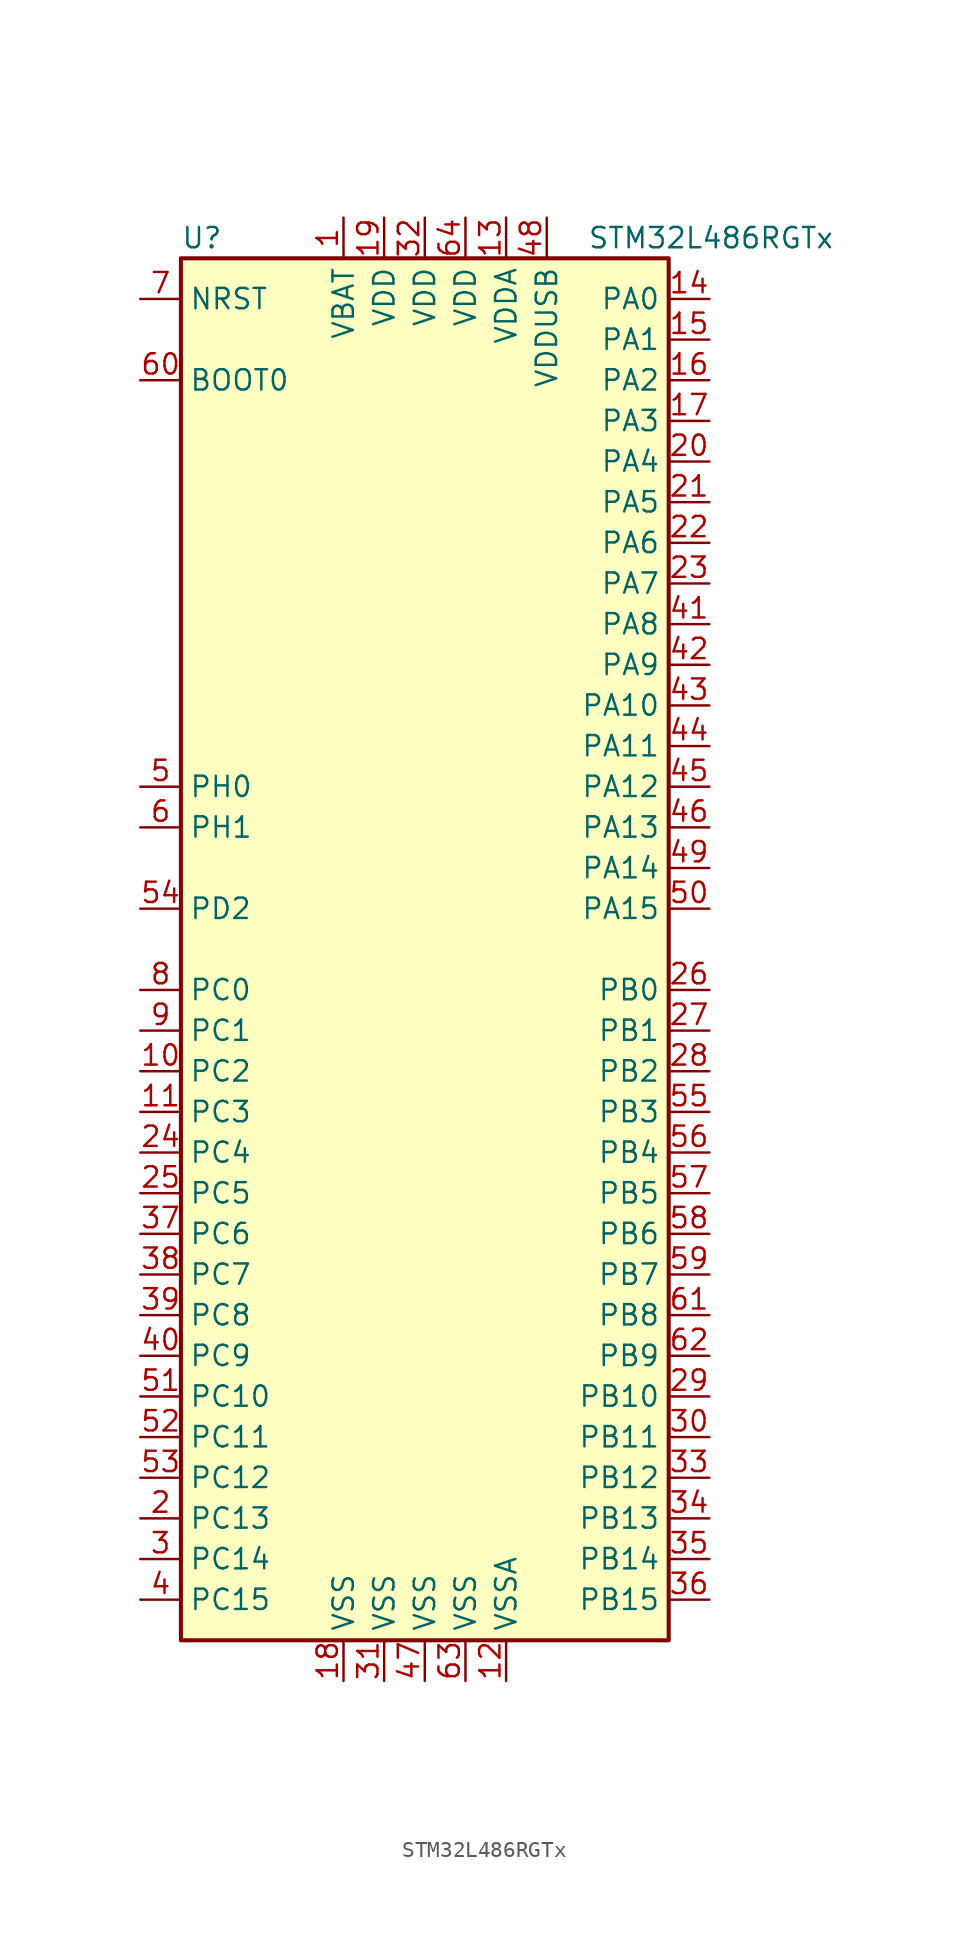
<source format=kicad_sym>
(kicad_symbol_lib
  (version 20201005)
  (generator kicad_symbol_editor)
  (symbol "STM32L486RGTx"
    (property "Reference" "U"
      (at -15.24 44.45 0)
      (effects (font (size 1.27 1.27)) (justify left)))
    (property "Value" "STM32L486RGTx"
      (at 10.16 44.45 0)
      (effects (font (size 1.27 1.27)) (justify left)))
    (symbol "STM32L486RGTx_0_1"
      (rectangle (start -15.24 -43.18) (end 15.24 43.18) (stroke (width 0.254)) (fill (type background))))
    (symbol "STM32L486RGTx_1_1"
      (pin power_in line (at -5.08 45.72 270) (length 2.54) (name "VBAT" (effects (font (size 1.27 1.27)))) (number "1" (effects (font (size 1.27 1.27)))))
      (pin bidirectional line (at -17.78 -7.62 0) (length 2.54) (name "PC2" (effects (font (size 1.27 1.27)))) (number "10" (effects (font (size 1.27 1.27)))))
      (pin bidirectional line (at -17.78 -10.16 0) (length 2.54) (name "PC3" (effects (font (size 1.27 1.27)))) (number "11" (effects (font (size 1.27 1.27)))))
      (pin power_in line (at 5.08 -45.72 90) (length 2.54) (name "VSSA" (effects (font (size 1.27 1.27)))) (number "12" (effects (font (size 1.27 1.27)))))
      (pin power_in line (at 5.08 45.72 270) (length 2.54) (name "VDDA" (effects (font (size 1.27 1.27)))) (number "13" (effects (font (size 1.27 1.27)))))
      (pin bidirectional line (at 17.78 40.64 180) (length 2.54) (name "PA0" (effects (font (size 1.27 1.27)))) (number "14" (effects (font (size 1.27 1.27)))))
      (pin bidirectional line (at 17.78 38.1 180) (length 2.54) (name "PA1" (effects (font (size 1.27 1.27)))) (number "15" (effects (font (size 1.27 1.27)))))
      (pin bidirectional line (at 17.78 35.56 180) (length 2.54) (name "PA2" (effects (font (size 1.27 1.27)))) (number "16" (effects (font (size 1.27 1.27)))))
      (pin bidirectional line (at 17.78 33.02 180) (length 2.54) (name "PA3" (effects (font (size 1.27 1.27)))) (number "17" (effects (font (size 1.27 1.27)))))
      (pin power_in line (at -5.08 -45.72 90) (length 2.54) (name "VSS" (effects (font (size 1.27 1.27)))) (number "18" (effects (font (size 1.27 1.27)))))
      (pin power_in line (at -2.54 45.72 270) (length 2.54) (name "VDD" (effects (font (size 1.27 1.27)))) (number "19" (effects (font (size 1.27 1.27)))))
      (pin bidirectional line (at -17.78 -35.56 0) (length 2.54) (name "PC13" (effects (font (size 1.27 1.27)))) (number "2" (effects (font (size 1.27 1.27)))))
      (pin bidirectional line (at 17.78 30.48 180) (length 2.54) (name "PA4" (effects (font (size 1.27 1.27)))) (number "20" (effects (font (size 1.27 1.27)))))
      (pin bidirectional line (at 17.78 27.94 180) (length 2.54) (name "PA5" (effects (font (size 1.27 1.27)))) (number "21" (effects (font (size 1.27 1.27)))))
      (pin bidirectional line (at 17.78 25.4 180) (length 2.54) (name "PA6" (effects (font (size 1.27 1.27)))) (number "22" (effects (font (size 1.27 1.27)))))
      (pin bidirectional line (at 17.78 22.86 180) (length 2.54) (name "PA7" (effects (font (size 1.27 1.27)))) (number "23" (effects (font (size 1.27 1.27)))))
      (pin bidirectional line (at -17.78 -12.7 0) (length 2.54) (name "PC4" (effects (font (size 1.27 1.27)))) (number "24" (effects (font (size 1.27 1.27)))))
      (pin bidirectional line (at -17.78 -15.24 0) (length 2.54) (name "PC5" (effects (font (size 1.27 1.27)))) (number "25" (effects (font (size 1.27 1.27)))))
      (pin bidirectional line (at 17.78 -2.54 180) (length 2.54) (name "PB0" (effects (font (size 1.27 1.27)))) (number "26" (effects (font (size 1.27 1.27)))))
      (pin bidirectional line (at 17.78 -5.08 180) (length 2.54) (name "PB1" (effects (font (size 1.27 1.27)))) (number "27" (effects (font (size 1.27 1.27)))))
      (pin bidirectional line (at 17.78 -7.62 180) (length 2.54) (name "PB2" (effects (font (size 1.27 1.27)))) (number "28" (effects (font (size 1.27 1.27)))))
      (pin bidirectional line (at 17.78 -27.94 180) (length 2.54) (name "PB10" (effects (font (size 1.27 1.27)))) (number "29" (effects (font (size 1.27 1.27)))))
      (pin bidirectional line (at -17.78 -38.1 0) (length 2.54) (name "PC14" (effects (font (size 1.27 1.27)))) (number "3" (effects (font (size 1.27 1.27)))))
      (pin bidirectional line (at 17.78 -30.48 180) (length 2.54) (name "PB11" (effects (font (size 1.27 1.27)))) (number "30" (effects (font (size 1.27 1.27)))))
      (pin power_in line (at -2.54 -45.72 90) (length 2.54) (name "VSS" (effects (font (size 1.27 1.27)))) (number "31" (effects (font (size 1.27 1.27)))))
      (pin power_in line (at 0 45.72 270) (length 2.54) (name "VDD" (effects (font (size 1.27 1.27)))) (number "32" (effects (font (size 1.27 1.27)))))
      (pin bidirectional line (at 17.78 -33.02 180) (length 2.54) (name "PB12" (effects (font (size 1.27 1.27)))) (number "33" (effects (font (size 1.27 1.27)))))
      (pin bidirectional line (at 17.78 -35.56 180) (length 2.54) (name "PB13" (effects (font (size 1.27 1.27)))) (number "34" (effects (font (size 1.27 1.27)))))
      (pin bidirectional line (at 17.78 -38.1 180) (length 2.54) (name "PB14" (effects (font (size 1.27 1.27)))) (number "35" (effects (font (size 1.27 1.27)))))
      (pin bidirectional line (at 17.78 -40.64 180) (length 2.54) (name "PB15" (effects (font (size 1.27 1.27)))) (number "36" (effects (font (size 1.27 1.27)))))
      (pin bidirectional line (at -17.78 -17.78 0) (length 2.54) (name "PC6" (effects (font (size 1.27 1.27)))) (number "37" (effects (font (size 1.27 1.27)))))
      (pin bidirectional line (at -17.78 -20.32 0) (length 2.54) (name "PC7" (effects (font (size 1.27 1.27)))) (number "38" (effects (font (size 1.27 1.27)))))
      (pin bidirectional line (at -17.78 -22.86 0) (length 2.54) (name "PC8" (effects (font (size 1.27 1.27)))) (number "39" (effects (font (size 1.27 1.27)))))
      (pin bidirectional line (at -17.78 -40.64 0) (length 2.54) (name "PC15" (effects (font (size 1.27 1.27)))) (number "4" (effects (font (size 1.27 1.27)))))
      (pin bidirectional line (at -17.78 -25.4 0) (length 2.54) (name "PC9" (effects (font (size 1.27 1.27)))) (number "40" (effects (font (size 1.27 1.27)))))
      (pin bidirectional line (at 17.78 20.32 180) (length 2.54) (name "PA8" (effects (font (size 1.27 1.27)))) (number "41" (effects (font (size 1.27 1.27)))))
      (pin bidirectional line (at 17.78 17.78 180) (length 2.54) (name "PA9" (effects (font (size 1.27 1.27)))) (number "42" (effects (font (size 1.27 1.27)))))
      (pin bidirectional line (at 17.78 15.24 180) (length 2.54) (name "PA10" (effects (font (size 1.27 1.27)))) (number "43" (effects (font (size 1.27 1.27)))))
      (pin bidirectional line (at 17.78 12.7 180) (length 2.54) (name "PA11" (effects (font (size 1.27 1.27)))) (number "44" (effects (font (size 1.27 1.27)))))
      (pin bidirectional line (at 17.78 10.16 180) (length 2.54) (name "PA12" (effects (font (size 1.27 1.27)))) (number "45" (effects (font (size 1.27 1.27)))))
      (pin bidirectional line (at 17.78 7.62 180) (length 2.54) (name "PA13" (effects (font (size 1.27 1.27)))) (number "46" (effects (font (size 1.27 1.27)))))
      (pin power_in line (at 0 -45.72 90) (length 2.54) (name "VSS" (effects (font (size 1.27 1.27)))) (number "47" (effects (font (size 1.27 1.27)))))
      (pin power_in line (at 7.62 45.72 270) (length 2.54) (name "VDDUSB" (effects (font (size 1.27 1.27)))) (number "48" (effects (font (size 1.27 1.27)))))
      (pin bidirectional line (at 17.78 5.08 180) (length 2.54) (name "PA14" (effects (font (size 1.27 1.27)))) (number "49" (effects (font (size 1.27 1.27)))))
      (pin input line (at -17.78 10.16 0) (length 2.54) (name "PH0" (effects (font (size 1.27 1.27)))) (number "5" (effects (font (size 1.27 1.27)))))
      (pin bidirectional line (at 17.78 2.54 180) (length 2.54) (name "PA15" (effects (font (size 1.27 1.27)))) (number "50" (effects (font (size 1.27 1.27)))))
      (pin bidirectional line (at -17.78 -27.94 0) (length 2.54) (name "PC10" (effects (font (size 1.27 1.27)))) (number "51" (effects (font (size 1.27 1.27)))))
      (pin bidirectional line (at -17.78 -30.48 0) (length 2.54) (name "PC11" (effects (font (size 1.27 1.27)))) (number "52" (effects (font (size 1.27 1.27)))))
      (pin bidirectional line (at -17.78 -33.02 0) (length 2.54) (name "PC12" (effects (font (size 1.27 1.27)))) (number "53" (effects (font (size 1.27 1.27)))))
      (pin bidirectional line (at -17.78 2.54 0) (length 2.54) (name "PD2" (effects (font (size 1.27 1.27)))) (number "54" (effects (font (size 1.27 1.27)))))
      (pin bidirectional line (at 17.78 -10.16 180) (length 2.54) (name "PB3" (effects (font (size 1.27 1.27)))) (number "55" (effects (font (size 1.27 1.27)))))
      (pin bidirectional line (at 17.78 -12.7 180) (length 2.54) (name "PB4" (effects (font (size 1.27 1.27)))) (number "56" (effects (font (size 1.27 1.27)))))
      (pin bidirectional line (at 17.78 -15.24 180) (length 2.54) (name "PB5" (effects (font (size 1.27 1.27)))) (number "57" (effects (font (size 1.27 1.27)))))
      (pin bidirectional line (at 17.78 -17.78 180) (length 2.54) (name "PB6" (effects (font (size 1.27 1.27)))) (number "58" (effects (font (size 1.27 1.27)))))
      (pin bidirectional line (at 17.78 -20.32 180) (length 2.54) (name "PB7" (effects (font (size 1.27 1.27)))) (number "59" (effects (font (size 1.27 1.27)))))
      (pin input line (at -17.78 7.62 0) (length 2.54) (name "PH1" (effects (font (size 1.27 1.27)))) (number "6" (effects (font (size 1.27 1.27)))))
      (pin input line (at -17.78 35.56 0) (length 2.54) (name "BOOT0" (effects (font (size 1.27 1.27)))) (number "60" (effects (font (size 1.27 1.27)))))
      (pin bidirectional line (at 17.78 -22.86 180) (length 2.54) (name "PB8" (effects (font (size 1.27 1.27)))) (number "61" (effects (font (size 1.27 1.27)))))
      (pin bidirectional line (at 17.78 -25.4 180) (length 2.54) (name "PB9" (effects (font (size 1.27 1.27)))) (number "62" (effects (font (size 1.27 1.27)))))
      (pin power_in line (at 2.54 -45.72 90) (length 2.54) (name "VSS" (effects (font (size 1.27 1.27)))) (number "63" (effects (font (size 1.27 1.27)))))
      (pin power_in line (at 2.54 45.72 270) (length 2.54) (name "VDD" (effects (font (size 1.27 1.27)))) (number "64" (effects (font (size 1.27 1.27)))))
      (pin input line (at -17.78 40.64 0) (length 2.54) (name "NRST" (effects (font (size 1.27 1.27)))) (number "7" (effects (font (size 1.27 1.27)))))
      (pin bidirectional line (at -17.78 -2.54 0) (length 2.54) (name "PC0" (effects (font (size 1.27 1.27)))) (number "8" (effects (font (size 1.27 1.27)))))
      (pin bidirectional line (at -17.78 -5.08 0) (length 2.54) (name "PC1" (effects (font (size 1.27 1.27)))) (number "9" (effects (font (size 1.27 1.27))))))))
</source>
